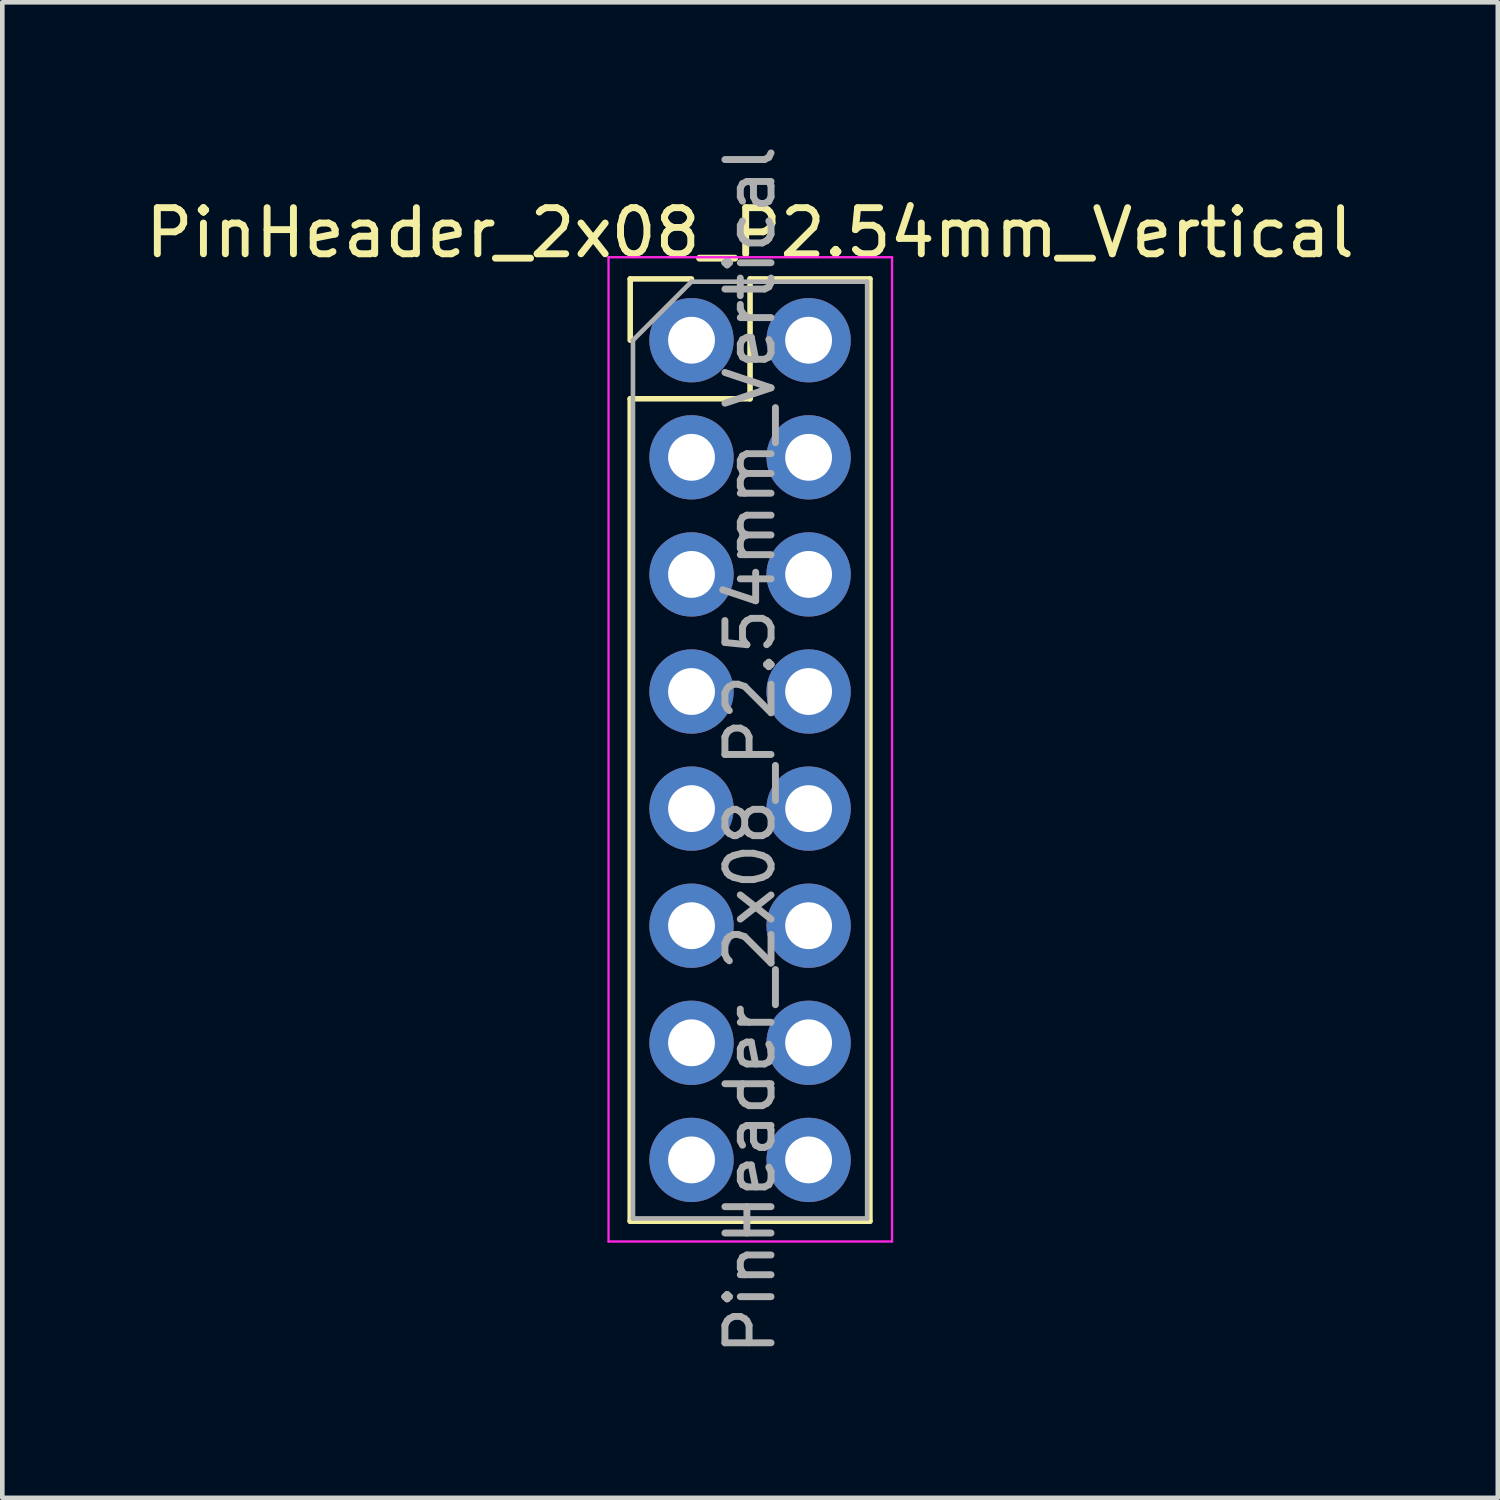
<source format=kicad_pcb>
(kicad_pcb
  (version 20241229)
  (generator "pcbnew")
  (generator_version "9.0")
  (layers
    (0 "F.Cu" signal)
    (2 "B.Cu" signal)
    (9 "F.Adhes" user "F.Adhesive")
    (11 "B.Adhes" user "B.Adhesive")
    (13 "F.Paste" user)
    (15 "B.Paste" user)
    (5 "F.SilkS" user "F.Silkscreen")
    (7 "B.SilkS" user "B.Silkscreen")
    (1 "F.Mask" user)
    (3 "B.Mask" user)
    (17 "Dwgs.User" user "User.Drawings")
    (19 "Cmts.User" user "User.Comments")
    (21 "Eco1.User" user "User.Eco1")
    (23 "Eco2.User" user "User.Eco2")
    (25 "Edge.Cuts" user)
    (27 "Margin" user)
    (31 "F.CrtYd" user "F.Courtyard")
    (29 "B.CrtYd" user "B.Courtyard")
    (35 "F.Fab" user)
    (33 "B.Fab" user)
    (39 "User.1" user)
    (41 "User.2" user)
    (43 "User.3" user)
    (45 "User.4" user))
  (footprint "PinHeader_2x08_P2.54mm_Vertical"
    (layer "F.Cu")
    (at 11.95 4.33)
    (property "Reference" "PinHeader_2x08_P2.54mm_Vertical" (at 1.27 -2.33 0) (layer "F.SilkS") (effects (font (size 1 1) (thickness 0.15))))
    (attr through_hole)
    (fp_line (start -1.33 -1.33) (end 0 -1.33) (stroke (width 0.12) (type solid)) (layer "F.SilkS"))
    (fp_line (start -1.33 0) (end -1.33 -1.33) (stroke (width 0.12) (type solid)) (layer "F.SilkS"))
    (fp_line (start -1.33 1.27) (end -1.33 19.11) (stroke (width 0.12) (type solid)) (layer "F.SilkS"))
    (fp_line (start -1.33 1.27) (end 1.27 1.27) (stroke (width 0.12) (type solid)) (layer "F.SilkS"))
    (fp_line (start -1.33 19.11) (end 3.87 19.11) (stroke (width 0.12) (type solid)) (layer "F.SilkS"))
    (fp_line (start 1.27 -1.33) (end 3.87 -1.33) (stroke (width 0.12) (type solid)) (layer "F.SilkS"))
    (fp_line (start 1.27 1.27) (end 1.27 -1.33) (stroke (width 0.12) (type solid)) (layer "F.SilkS"))
    (fp_line (start 3.87 -1.33) (end 3.87 19.11) (stroke (width 0.12) (type solid)) (layer "F.SilkS"))
    (fp_line (start -1.8 -1.8) (end -1.8 19.55) (stroke (width 0.05) (type solid)) (layer "F.CrtYd"))
    (fp_line (start -1.8 19.55) (end 4.35 19.55) (stroke (width 0.05) (type solid)) (layer "F.CrtYd"))
    (fp_line (start 4.35 -1.8) (end -1.8 -1.8) (stroke (width 0.05) (type solid)) (layer "F.CrtYd"))
    (fp_line (start 4.35 19.55) (end 4.35 -1.8) (stroke (width 0.05) (type solid)) (layer "F.CrtYd"))
    (fp_line (start -1.27 0) (end 0 -1.27) (stroke (width 0.1) (type solid)) (layer "F.Fab"))
    (fp_line (start -1.27 19.05) (end -1.27 0) (stroke (width 0.1) (type solid)) (layer "F.Fab"))
    (fp_line (start 0 -1.27) (end 3.81 -1.27) (stroke (width 0.1) (type solid)) (layer "F.Fab"))
    (fp_line (start 3.81 -1.27) (end 3.81 19.05) (stroke (width 0.1) (type solid)) (layer "F.Fab"))
    (fp_line (start 3.81 19.05) (end -1.27 19.05) (stroke (width 0.1) (type solid)) (layer "F.Fab"))
    (fp_text user "${REFERENCE}" (at 1.27 8.89 90) (layer "F.Fab") (effects (font (size 1 1) (thickness 0.15))))
    (pad "1" thru_hole circle (at 0 0) (size 1.829 1.829) (drill 1.016) (layers "*.Cu" "*.Mask"))
    (pad "2" thru_hole circle (at 0 2.54) (size 1.829 1.829) (drill 1.016) (layers "*.Cu" "*.Mask"))
    (pad "3" thru_hole circle (at 0 5.08) (size 1.829 1.829) (drill 1.016) (layers "*.Cu" "*.Mask"))
    (pad "4" thru_hole circle (at 0 7.62) (size 1.829 1.829) (drill 1.016) (layers "*.Cu" "*.Mask"))
    (pad "5" thru_hole circle (at 0 10.16) (size 1.829 1.829) (drill 1.016) (layers "*.Cu" "*.Mask"))
    (pad "6" thru_hole circle (at 0 12.7) (size 1.829 1.829) (drill 1.016) (layers "*.Cu" "*.Mask"))
    (pad "7" thru_hole circle (at 0 15.24) (size 1.829 1.829) (drill 1.016) (layers "*.Cu" "*.Mask"))
    (pad "8" thru_hole circle (at 0 17.78) (size 1.829 1.829) (drill 1.016) (layers "*.Cu" "*.Mask"))
    (pad "9" thru_hole circle (at 2.54 17.78) (size 1.829 1.829) (drill 1.016) (layers "*.Cu" "*.Mask"))
    (pad "10" thru_hole circle (at 2.54 15.24) (size 1.829 1.829) (drill 1.016) (layers "*.Cu" "*.Mask"))
    (pad "11" thru_hole circle (at 2.54 12.7) (size 1.829 1.829) (drill 1.016) (layers "*.Cu" "*.Mask"))
    (pad "12" thru_hole circle (at 2.54 10.16) (size 1.829 1.829) (drill 1.016) (layers "*.Cu" "*.Mask"))
    (pad "13" thru_hole circle (at 2.54 7.62) (size 1.829 1.829) (drill 1.016) (layers "*.Cu" "*.Mask"))
    (pad "14" thru_hole circle (at 2.54 5.08) (size 1.829 1.829) (drill 1.016) (layers "*.Cu" "*.Mask"))
    (pad "15" thru_hole circle (at 2.54 2.54) (size 1.829 1.829) (drill 1.016) (layers "*.Cu" "*.Mask"))
    (pad "16" thru_hole circle (at 2.54 0) (size 1.829 1.829) (drill 1.016) (layers "*.Cu" "*.Mask")))
  (gr_rect
    (start -3 -3)
    (end 29.44 29.44)
    (stroke (width 0.1) (type default))
    (fill no)
    (layer "Edge.Cuts")))
</source>
